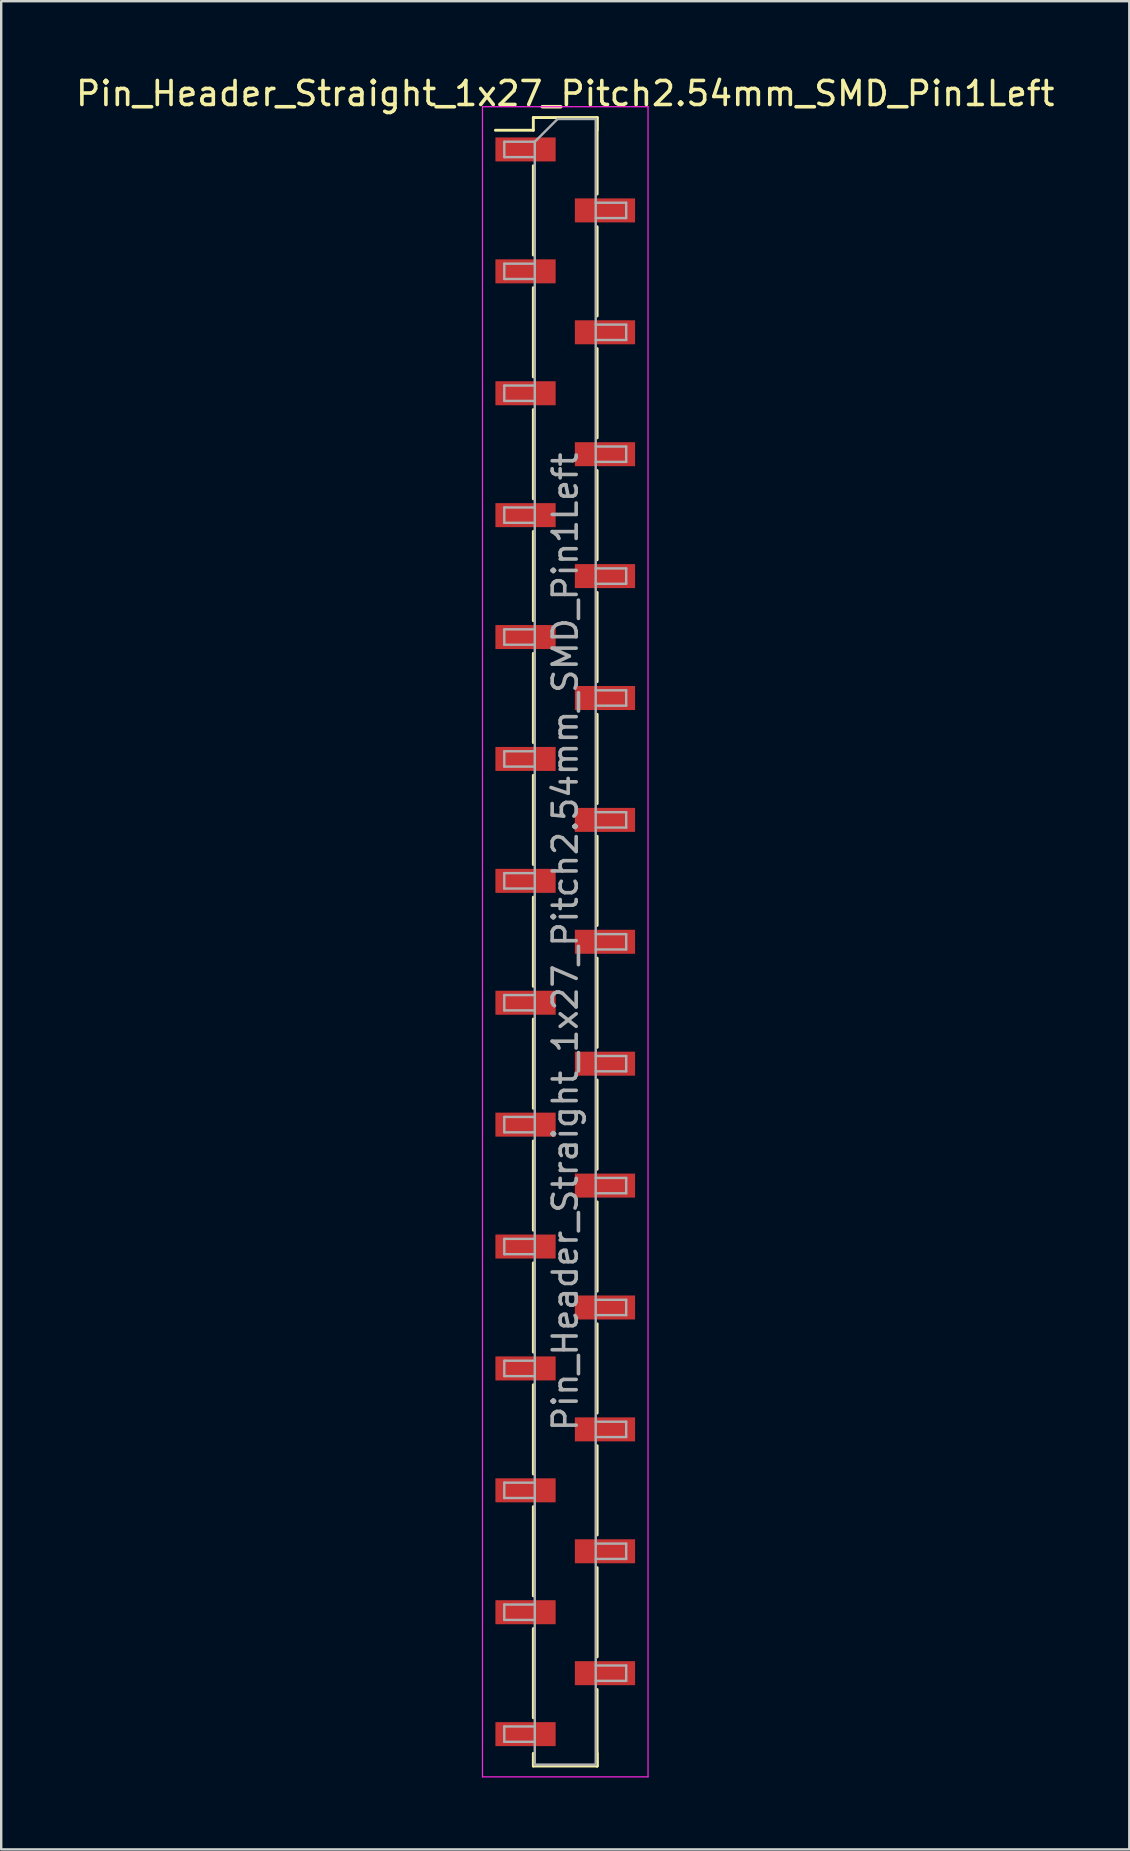
<source format=kicad_pcb>
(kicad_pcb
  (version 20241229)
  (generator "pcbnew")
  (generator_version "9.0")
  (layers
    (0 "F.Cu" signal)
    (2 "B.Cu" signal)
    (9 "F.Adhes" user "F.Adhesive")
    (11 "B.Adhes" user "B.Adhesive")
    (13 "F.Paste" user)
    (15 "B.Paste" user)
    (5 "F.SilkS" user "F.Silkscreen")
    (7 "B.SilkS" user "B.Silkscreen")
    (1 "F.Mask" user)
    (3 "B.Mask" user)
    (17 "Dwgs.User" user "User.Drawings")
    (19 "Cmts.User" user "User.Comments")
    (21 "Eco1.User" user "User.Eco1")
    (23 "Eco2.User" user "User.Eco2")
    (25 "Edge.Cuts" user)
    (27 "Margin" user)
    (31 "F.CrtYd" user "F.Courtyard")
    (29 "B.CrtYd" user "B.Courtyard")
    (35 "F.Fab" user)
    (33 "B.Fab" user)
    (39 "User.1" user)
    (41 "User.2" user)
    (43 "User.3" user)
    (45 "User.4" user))
  (footprint "Pin_Header_Straight_1x27_Pitch2.54mm_SMD_Pin1Left"
    (layer "F.Cu")
    (at 20.506 36.198)
    (property "Reference" "Pin_Header_Straight_1x27_Pitch2.54mm_SMD_Pin1Left" (at 0 -35.35 0) (layer "F.SilkS") (effects (font (size 1 1) (thickness 0.15))))
    (attr smd)
    (fp_line (start -1.33 -34.35) (end 1.33 -34.35) (stroke (width 0.12) (type solid)) (layer "F.SilkS"))
    (fp_line (start -1.33 -33.82) (end -2.91 -33.82) (stroke (width 0.12) (type solid)) (layer "F.SilkS"))
    (fp_line (start -1.33 -33.82) (end -1.33 -34.35) (stroke (width 0.12) (type solid)) (layer "F.SilkS"))
    (fp_line (start -1.33 -32.34) (end -1.33 -28.62) (stroke (width 0.12) (type solid)) (layer "F.SilkS"))
    (fp_line (start -1.33 -27.26) (end -1.33 -23.54) (stroke (width 0.12) (type solid)) (layer "F.SilkS"))
    (fp_line (start -1.33 -22.18) (end -1.33 -18.46) (stroke (width 0.12) (type solid)) (layer "F.SilkS"))
    (fp_line (start -1.33 -17.1) (end -1.33 -13.38) (stroke (width 0.12) (type solid)) (layer "F.SilkS"))
    (fp_line (start -1.33 -12.02) (end -1.33 -8.3) (stroke (width 0.12) (type solid)) (layer "F.SilkS"))
    (fp_line (start -1.33 -6.94) (end -1.33 -3.22) (stroke (width 0.12) (type solid)) (layer "F.SilkS"))
    (fp_line (start -1.33 -1.86) (end -1.33 1.86) (stroke (width 0.12) (type solid)) (layer "F.SilkS"))
    (fp_line (start -1.33 3.22) (end -1.33 6.94) (stroke (width 0.12) (type solid)) (layer "F.SilkS"))
    (fp_line (start -1.33 8.3) (end -1.33 12.02) (stroke (width 0.12) (type solid)) (layer "F.SilkS"))
    (fp_line (start -1.33 13.38) (end -1.33 17.1) (stroke (width 0.12) (type solid)) (layer "F.SilkS"))
    (fp_line (start -1.33 18.46) (end -1.33 22.18) (stroke (width 0.12) (type solid)) (layer "F.SilkS"))
    (fp_line (start -1.33 23.54) (end -1.33 27.26) (stroke (width 0.12) (type solid)) (layer "F.SilkS"))
    (fp_line (start -1.33 28.62) (end -1.33 32.34) (stroke (width 0.12) (type solid)) (layer "F.SilkS"))
    (fp_line (start -1.33 33.82) (end -1.33 34.35) (stroke (width 0.12) (type solid)) (layer "F.SilkS"))
    (fp_line (start -1.33 34.35) (end 1.33 34.35) (stroke (width 0.12) (type solid)) (layer "F.SilkS"))
    (fp_line (start 1.33 -34.35) (end 1.33 -33.82) (stroke (width 0.12) (type solid)) (layer "F.SilkS"))
    (fp_line (start 1.33 -34.35) (end 1.33 -31.16) (stroke (width 0.12) (type solid)) (layer "F.SilkS"))
    (fp_line (start 1.33 -29.8) (end 1.33 -26.08) (stroke (width 0.12) (type solid)) (layer "F.SilkS"))
    (fp_line (start 1.33 -24.72) (end 1.33 -21) (stroke (width 0.12) (type solid)) (layer "F.SilkS"))
    (fp_line (start 1.33 -19.64) (end 1.33 -15.92) (stroke (width 0.12) (type solid)) (layer "F.SilkS"))
    (fp_line (start 1.33 -14.56) (end 1.33 -10.84) (stroke (width 0.12) (type solid)) (layer "F.SilkS"))
    (fp_line (start 1.33 -9.48) (end 1.33 -5.76) (stroke (width 0.12) (type solid)) (layer "F.SilkS"))
    (fp_line (start 1.33 -4.4) (end 1.33 -0.68) (stroke (width 0.12) (type solid)) (layer "F.SilkS"))
    (fp_line (start 1.33 0.68) (end 1.33 4.4) (stroke (width 0.12) (type solid)) (layer "F.SilkS"))
    (fp_line (start 1.33 5.76) (end 1.33 9.48) (stroke (width 0.12) (type solid)) (layer "F.SilkS"))
    (fp_line (start 1.33 10.84) (end 1.33 14.56) (stroke (width 0.12) (type solid)) (layer "F.SilkS"))
    (fp_line (start 1.33 15.92) (end 1.33 19.64) (stroke (width 0.12) (type solid)) (layer "F.SilkS"))
    (fp_line (start 1.33 21) (end 1.33 24.72) (stroke (width 0.12) (type solid)) (layer "F.SilkS"))
    (fp_line (start 1.33 26.08) (end 1.33 29.8) (stroke (width 0.12) (type solid)) (layer "F.SilkS"))
    (fp_line (start 1.33 31.16) (end 1.33 34.35) (stroke (width 0.12) (type solid)) (layer "F.SilkS"))
    (fp_line (start 1.33 34.35) (end 1.33 33.82) (stroke (width 0.12) (type solid)) (layer "F.SilkS"))
    (fp_line (start -3.45 -34.8) (end -3.45 34.8) (stroke (width 0.05) (type solid)) (layer "F.CrtYd"))
    (fp_line (start -3.45 34.8) (end 3.45 34.8) (stroke (width 0.05) (type solid)) (layer "F.CrtYd"))
    (fp_line (start 3.45 -34.8) (end -3.45 -34.8) (stroke (width 0.05) (type solid)) (layer "F.CrtYd"))
    (fp_line (start 3.45 34.8) (end 3.45 -34.8) (stroke (width 0.05) (type solid)) (layer "F.CrtYd"))
    (fp_line (start -2.54 -33.34) (end -2.54 -32.7) (stroke (width 0.1) (type solid)) (layer "F.Fab"))
    (fp_line (start -2.54 -32.7) (end -1.27 -32.7) (stroke (width 0.1) (type solid)) (layer "F.Fab"))
    (fp_line (start -2.54 -28.26) (end -2.54 -27.62) (stroke (width 0.1) (type solid)) (layer "F.Fab"))
    (fp_line (start -2.54 -27.62) (end -1.27 -27.62) (stroke (width 0.1) (type solid)) (layer "F.Fab"))
    (fp_line (start -2.54 -23.18) (end -2.54 -22.54) (stroke (width 0.1) (type solid)) (layer "F.Fab"))
    (fp_line (start -2.54 -22.54) (end -1.27 -22.54) (stroke (width 0.1) (type solid)) (layer "F.Fab"))
    (fp_line (start -2.54 -18.1) (end -2.54 -17.46) (stroke (width 0.1) (type solid)) (layer "F.Fab"))
    (fp_line (start -2.54 -17.46) (end -1.27 -17.46) (stroke (width 0.1) (type solid)) (layer "F.Fab"))
    (fp_line (start -2.54 -13.02) (end -2.54 -12.38) (stroke (width 0.1) (type solid)) (layer "F.Fab"))
    (fp_line (start -2.54 -12.38) (end -1.27 -12.38) (stroke (width 0.1) (type solid)) (layer "F.Fab"))
    (fp_line (start -2.54 -7.94) (end -2.54 -7.3) (stroke (width 0.1) (type solid)) (layer "F.Fab"))
    (fp_line (start -2.54 -7.3) (end -1.27 -7.3) (stroke (width 0.1) (type solid)) (layer "F.Fab"))
    (fp_line (start -2.54 -2.86) (end -2.54 -2.22) (stroke (width 0.1) (type solid)) (layer "F.Fab"))
    (fp_line (start -2.54 -2.22) (end -1.27 -2.22) (stroke (width 0.1) (type solid)) (layer "F.Fab"))
    (fp_line (start -2.54 2.22) (end -2.54 2.86) (stroke (width 0.1) (type solid)) (layer "F.Fab"))
    (fp_line (start -2.54 2.86) (end -1.27 2.86) (stroke (width 0.1) (type solid)) (layer "F.Fab"))
    (fp_line (start -2.54 7.3) (end -2.54 7.94) (stroke (width 0.1) (type solid)) (layer "F.Fab"))
    (fp_line (start -2.54 7.94) (end -1.27 7.94) (stroke (width 0.1) (type solid)) (layer "F.Fab"))
    (fp_line (start -2.54 12.38) (end -2.54 13.02) (stroke (width 0.1) (type solid)) (layer "F.Fab"))
    (fp_line (start -2.54 13.02) (end -1.27 13.02) (stroke (width 0.1) (type solid)) (layer "F.Fab"))
    (fp_line (start -2.54 17.46) (end -2.54 18.1) (stroke (width 0.1) (type solid)) (layer "F.Fab"))
    (fp_line (start -2.54 18.1) (end -1.27 18.1) (stroke (width 0.1) (type solid)) (layer "F.Fab"))
    (fp_line (start -2.54 22.54) (end -2.54 23.18) (stroke (width 0.1) (type solid)) (layer "F.Fab"))
    (fp_line (start -2.54 23.18) (end -1.27 23.18) (stroke (width 0.1) (type solid)) (layer "F.Fab"))
    (fp_line (start -2.54 27.62) (end -2.54 28.26) (stroke (width 0.1) (type solid)) (layer "F.Fab"))
    (fp_line (start -2.54 28.26) (end -1.27 28.26) (stroke (width 0.1) (type solid)) (layer "F.Fab"))
    (fp_line (start -2.54 32.7) (end -2.54 33.34) (stroke (width 0.1) (type solid)) (layer "F.Fab"))
    (fp_line (start -2.54 33.34) (end -1.27 33.34) (stroke (width 0.1) (type solid)) (layer "F.Fab"))
    (fp_line (start -1.27 -33.34) (end -2.54 -33.34) (stroke (width 0.1) (type solid)) (layer "F.Fab"))
    (fp_line (start -1.27 -33.34) (end -0.32 -34.29) (stroke (width 0.1) (type solid)) (layer "F.Fab"))
    (fp_line (start -1.27 -28.26) (end -2.54 -28.26) (stroke (width 0.1) (type solid)) (layer "F.Fab"))
    (fp_line (start -1.27 -23.18) (end -2.54 -23.18) (stroke (width 0.1) (type solid)) (layer "F.Fab"))
    (fp_line (start -1.27 -18.1) (end -2.54 -18.1) (stroke (width 0.1) (type solid)) (layer "F.Fab"))
    (fp_line (start -1.27 -13.02) (end -2.54 -13.02) (stroke (width 0.1) (type solid)) (layer "F.Fab"))
    (fp_line (start -1.27 -7.94) (end -2.54 -7.94) (stroke (width 0.1) (type solid)) (layer "F.Fab"))
    (fp_line (start -1.27 -2.86) (end -2.54 -2.86) (stroke (width 0.1) (type solid)) (layer "F.Fab"))
    (fp_line (start -1.27 2.22) (end -2.54 2.22) (stroke (width 0.1) (type solid)) (layer "F.Fab"))
    (fp_line (start -1.27 7.3) (end -2.54 7.3) (stroke (width 0.1) (type solid)) (layer "F.Fab"))
    (fp_line (start -1.27 12.38) (end -2.54 12.38) (stroke (width 0.1) (type solid)) (layer "F.Fab"))
    (fp_line (start -1.27 17.46) (end -2.54 17.46) (stroke (width 0.1) (type solid)) (layer "F.Fab"))
    (fp_line (start -1.27 22.54) (end -2.54 22.54) (stroke (width 0.1) (type solid)) (layer "F.Fab"))
    (fp_line (start -1.27 27.62) (end -2.54 27.62) (stroke (width 0.1) (type solid)) (layer "F.Fab"))
    (fp_line (start -1.27 32.7) (end -2.54 32.7) (stroke (width 0.1) (type solid)) (layer "F.Fab"))
    (fp_line (start -1.27 34.29) (end -1.27 -33.34) (stroke (width 0.1) (type solid)) (layer "F.Fab"))
    (fp_line (start -0.32 -34.29) (end 1.27 -34.29) (stroke (width 0.1) (type solid)) (layer "F.Fab"))
    (fp_line (start 1.27 -34.29) (end 1.27 34.29) (stroke (width 0.1) (type solid)) (layer "F.Fab"))
    (fp_line (start 1.27 -30.8) (end 2.54 -30.8) (stroke (width 0.1) (type solid)) (layer "F.Fab"))
    (fp_line (start 1.27 -25.72) (end 2.54 -25.72) (stroke (width 0.1) (type solid)) (layer "F.Fab"))
    (fp_line (start 1.27 -20.64) (end 2.54 -20.64) (stroke (width 0.1) (type solid)) (layer "F.Fab"))
    (fp_line (start 1.27 -15.56) (end 2.54 -15.56) (stroke (width 0.1) (type solid)) (layer "F.Fab"))
    (fp_line (start 1.27 -10.48) (end 2.54 -10.48) (stroke (width 0.1) (type solid)) (layer "F.Fab"))
    (fp_line (start 1.27 -5.4) (end 2.54 -5.4) (stroke (width 0.1) (type solid)) (layer "F.Fab"))
    (fp_line (start 1.27 -0.32) (end 2.54 -0.32) (stroke (width 0.1) (type solid)) (layer "F.Fab"))
    (fp_line (start 1.27 4.76) (end 2.54 4.76) (stroke (width 0.1) (type solid)) (layer "F.Fab"))
    (fp_line (start 1.27 9.84) (end 2.54 9.84) (stroke (width 0.1) (type solid)) (layer "F.Fab"))
    (fp_line (start 1.27 14.92) (end 2.54 14.92) (stroke (width 0.1) (type solid)) (layer "F.Fab"))
    (fp_line (start 1.27 20) (end 2.54 20) (stroke (width 0.1) (type solid)) (layer "F.Fab"))
    (fp_line (start 1.27 25.08) (end 2.54 25.08) (stroke (width 0.1) (type solid)) (layer "F.Fab"))
    (fp_line (start 1.27 30.16) (end 2.54 30.16) (stroke (width 0.1) (type solid)) (layer "F.Fab"))
    (fp_line (start 1.27 34.29) (end -1.27 34.29) (stroke (width 0.1) (type solid)) (layer "F.Fab"))
    (fp_line (start 2.54 -30.8) (end 2.54 -30.16) (stroke (width 0.1) (type solid)) (layer "F.Fab"))
    (fp_line (start 2.54 -30.16) (end 1.27 -30.16) (stroke (width 0.1) (type solid)) (layer "F.Fab"))
    (fp_line (start 2.54 -25.72) (end 2.54 -25.08) (stroke (width 0.1) (type solid)) (layer "F.Fab"))
    (fp_line (start 2.54 -25.08) (end 1.27 -25.08) (stroke (width 0.1) (type solid)) (layer "F.Fab"))
    (fp_line (start 2.54 -20.64) (end 2.54 -20) (stroke (width 0.1) (type solid)) (layer "F.Fab"))
    (fp_line (start 2.54 -20) (end 1.27 -20) (stroke (width 0.1) (type solid)) (layer "F.Fab"))
    (fp_line (start 2.54 -15.56) (end 2.54 -14.92) (stroke (width 0.1) (type solid)) (layer "F.Fab"))
    (fp_line (start 2.54 -14.92) (end 1.27 -14.92) (stroke (width 0.1) (type solid)) (layer "F.Fab"))
    (fp_line (start 2.54 -10.48) (end 2.54 -9.84) (stroke (width 0.1) (type solid)) (layer "F.Fab"))
    (fp_line (start 2.54 -9.84) (end 1.27 -9.84) (stroke (width 0.1) (type solid)) (layer "F.Fab"))
    (fp_line (start 2.54 -5.4) (end 2.54 -4.76) (stroke (width 0.1) (type solid)) (layer "F.Fab"))
    (fp_line (start 2.54 -4.76) (end 1.27 -4.76) (stroke (width 0.1) (type solid)) (layer "F.Fab"))
    (fp_line (start 2.54 -0.32) (end 2.54 0.32) (stroke (width 0.1) (type solid)) (layer "F.Fab"))
    (fp_line (start 2.54 0.32) (end 1.27 0.32) (stroke (width 0.1) (type solid)) (layer "F.Fab"))
    (fp_line (start 2.54 4.76) (end 2.54 5.4) (stroke (width 0.1) (type solid)) (layer "F.Fab"))
    (fp_line (start 2.54 5.4) (end 1.27 5.4) (stroke (width 0.1) (type solid)) (layer "F.Fab"))
    (fp_line (start 2.54 9.84) (end 2.54 10.48) (stroke (width 0.1) (type solid)) (layer "F.Fab"))
    (fp_line (start 2.54 10.48) (end 1.27 10.48) (stroke (width 0.1) (type solid)) (layer "F.Fab"))
    (fp_line (start 2.54 14.92) (end 2.54 15.56) (stroke (width 0.1) (type solid)) (layer "F.Fab"))
    (fp_line (start 2.54 15.56) (end 1.27 15.56) (stroke (width 0.1) (type solid)) (layer "F.Fab"))
    (fp_line (start 2.54 20) (end 2.54 20.64) (stroke (width 0.1) (type solid)) (layer "F.Fab"))
    (fp_line (start 2.54 20.64) (end 1.27 20.64) (stroke (width 0.1) (type solid)) (layer "F.Fab"))
    (fp_line (start 2.54 25.08) (end 2.54 25.72) (stroke (width 0.1) (type solid)) (layer "F.Fab"))
    (fp_line (start 2.54 25.72) (end 1.27 25.72) (stroke (width 0.1) (type solid)) (layer "F.Fab"))
    (fp_line (start 2.54 30.16) (end 2.54 30.8) (stroke (width 0.1) (type solid)) (layer "F.Fab"))
    (fp_line (start 2.54 30.8) (end 1.27 30.8) (stroke (width 0.1) (type solid)) (layer "F.Fab"))
    (fp_text user "${REFERENCE}" (at 0 0 90) (layer "F.Fab") (effects (font (size 1 1) (thickness 0.15))))
    (pad "1" smd rect (at -1.655 -33.02) (size 2.51 1) (layers "F.Cu" "F.Mask" "F.Paste"))
    (pad "2" smd rect (at 1.655 -30.48) (size 2.51 1) (layers "F.Cu" "F.Mask" "F.Paste"))
    (pad "3" smd rect (at -1.655 -27.94) (size 2.51 1) (layers "F.Cu" "F.Mask" "F.Paste"))
    (pad "4" smd rect (at 1.655 -25.4) (size 2.51 1) (layers "F.Cu" "F.Mask" "F.Paste"))
    (pad "5" smd rect (at -1.655 -22.86) (size 2.51 1) (layers "F.Cu" "F.Mask" "F.Paste"))
    (pad "6" smd rect (at 1.655 -20.32) (size 2.51 1) (layers "F.Cu" "F.Mask" "F.Paste"))
    (pad "7" smd rect (at -1.655 -17.78) (size 2.51 1) (layers "F.Cu" "F.Mask" "F.Paste"))
    (pad "8" smd rect (at 1.655 -15.24) (size 2.51 1) (layers "F.Cu" "F.Mask" "F.Paste"))
    (pad "9" smd rect (at -1.655 -12.7) (size 2.51 1) (layers "F.Cu" "F.Mask" "F.Paste"))
    (pad "10" smd rect (at 1.655 -10.16) (size 2.51 1) (layers "F.Cu" "F.Mask" "F.Paste"))
    (pad "11" smd rect (at -1.655 -7.62) (size 2.51 1) (layers "F.Cu" "F.Mask" "F.Paste"))
    (pad "12" smd rect (at 1.655 -5.08) (size 2.51 1) (layers "F.Cu" "F.Mask" "F.Paste"))
    (pad "13" smd rect (at -1.655 -2.54) (size 2.51 1) (layers "F.Cu" "F.Mask" "F.Paste"))
    (pad "14" smd rect (at 1.655 0) (size 2.51 1) (layers "F.Cu" "F.Mask" "F.Paste"))
    (pad "15" smd rect (at -1.655 2.54) (size 2.51 1) (layers "F.Cu" "F.Mask" "F.Paste"))
    (pad "16" smd rect (at 1.655 5.08) (size 2.51 1) (layers "F.Cu" "F.Mask" "F.Paste"))
    (pad "17" smd rect (at -1.655 7.62) (size 2.51 1) (layers "F.Cu" "F.Mask" "F.Paste"))
    (pad "18" smd rect (at 1.655 10.16) (size 2.51 1) (layers "F.Cu" "F.Mask" "F.Paste"))
    (pad "19" smd rect (at -1.655 12.7) (size 2.51 1) (layers "F.Cu" "F.Mask" "F.Paste"))
    (pad "20" smd rect (at 1.655 15.24) (size 2.51 1) (layers "F.Cu" "F.Mask" "F.Paste"))
    (pad "21" smd rect (at -1.655 17.78) (size 2.51 1) (layers "F.Cu" "F.Mask" "F.Paste"))
    (pad "22" smd rect (at 1.655 20.32) (size 2.51 1) (layers "F.Cu" "F.Mask" "F.Paste"))
    (pad "23" smd rect (at -1.655 22.86) (size 2.51 1) (layers "F.Cu" "F.Mask" "F.Paste"))
    (pad "24" smd rect (at 1.655 25.4) (size 2.51 1) (layers "F.Cu" "F.Mask" "F.Paste"))
    (pad "25" smd rect (at -1.655 27.94) (size 2.51 1) (layers "F.Cu" "F.Mask" "F.Paste"))
    (pad "26" smd rect (at 1.655 30.48) (size 2.51 1) (layers "F.Cu" "F.Mask" "F.Paste"))
    (pad "27" smd rect (at -1.655 33.02) (size 2.51 1) (layers "F.Cu" "F.Mask" "F.Paste")))
  (gr_rect
    (start -3 -3)
    (end 44.012 74.023)
    (stroke (width 0.1) (type default))
    (fill no)
    (layer "Edge.Cuts")))
</source>
